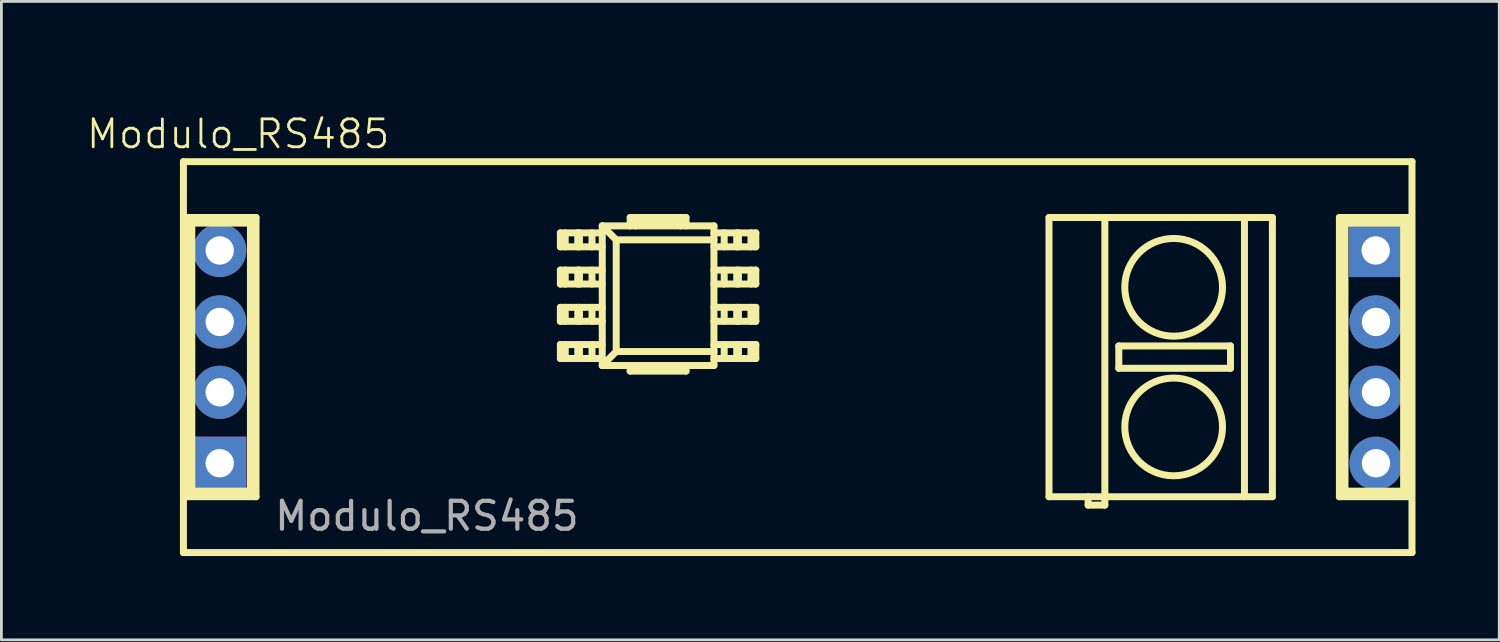
<source format=kicad_pcb>
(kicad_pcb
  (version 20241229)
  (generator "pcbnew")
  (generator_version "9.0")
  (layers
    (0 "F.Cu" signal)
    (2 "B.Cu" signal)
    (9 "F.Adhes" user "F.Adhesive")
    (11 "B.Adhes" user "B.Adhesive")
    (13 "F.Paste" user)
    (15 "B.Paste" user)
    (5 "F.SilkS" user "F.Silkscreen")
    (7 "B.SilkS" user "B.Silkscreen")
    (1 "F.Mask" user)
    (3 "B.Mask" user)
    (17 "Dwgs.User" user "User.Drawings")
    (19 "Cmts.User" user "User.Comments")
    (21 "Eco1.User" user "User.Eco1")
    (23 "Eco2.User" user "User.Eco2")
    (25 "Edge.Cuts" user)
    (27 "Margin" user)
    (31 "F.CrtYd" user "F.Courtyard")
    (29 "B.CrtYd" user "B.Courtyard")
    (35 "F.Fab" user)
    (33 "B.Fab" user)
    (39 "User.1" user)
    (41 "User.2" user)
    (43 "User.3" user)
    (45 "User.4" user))
  (footprint "Modulo_RS485"
    (layer "F.Cu")
    (at 3.509 0.25)
    (property "Reference" "Modulo_RS485" (at 1.97 1.5 0) (unlocked yes) (layer "F.SilkS") (effects (font (size 1 1) (thickness 0.1))))
    (fp_line (start 0.01 2.49) (end 44.01 2.49) (stroke (width 0.25) (type solid)) (layer "F.SilkS"))
    (fp_line (start 0.01 16.49) (end 0.01 2.49) (stroke (width 0.25) (type solid)) (layer "F.SilkS"))
    (fp_line (start 0.11 4.49) (end 2.61 4.49) (stroke (width 0.25) (type solid)) (layer "F.SilkS"))
    (fp_line (start 0.11 14.49) (end 0.11 4.49) (stroke (width 0.25) (type solid)) (layer "F.SilkS"))
    (fp_line (start 0.31 4.69) (end 2.41 4.69) (stroke (width 0.25) (type solid)) (layer "F.SilkS"))
    (fp_line (start 0.31 14.29) (end 0.31 4.69) (stroke (width 0.25) (type solid)) (layer "F.SilkS"))
    (fp_line (start 2.41 4.69) (end 2.41 14.29) (stroke (width 0.25) (type solid)) (layer "F.SilkS"))
    (fp_line (start 2.41 14.29) (end 0.31 14.29) (stroke (width 0.25) (type solid)) (layer "F.SilkS"))
    (fp_line (start 2.61 4.49) (end 2.61 14.49) (stroke (width 0.25) (type solid)) (layer "F.SilkS"))
    (fp_line (start 2.61 14.49) (end 0.11 14.49) (stroke (width 0.25) (type solid)) (layer "F.SilkS"))
    (fp_line (start 13.51 5.04) (end 13.51 5.54) (stroke (width 0.25) (type solid)) (layer "F.SilkS"))
    (fp_line (start 13.51 5.54) (end 15.01 5.54) (stroke (width 0.25) (type solid)) (layer "F.SilkS"))
    (fp_line (start 13.51 6.873) (end 13.51 6.373) (stroke (width 0.25) (type solid)) (layer "F.SilkS"))
    (fp_line (start 13.51 6.873) (end 15.01 6.873) (stroke (width 0.25) (type solid)) (layer "F.SilkS"))
    (fp_line (start 13.51 8.207) (end 13.51 7.707) (stroke (width 0.25) (type solid)) (layer "F.SilkS"))
    (fp_line (start 13.51 8.207) (end 15.01 8.207) (stroke (width 0.25) (type solid)) (layer "F.SilkS"))
    (fp_line (start 13.51 9.54) (end 13.51 9.04) (stroke (width 0.25) (type solid)) (layer "F.SilkS"))
    (fp_line (start 13.51 9.54) (end 15.01 9.54) (stroke (width 0.25) (type solid)) (layer "F.SilkS"))
    (fp_line (start 13.684 5.54) (end 13.684 5.04) (stroke (width 0.25) (type solid)) (layer "F.SilkS"))
    (fp_line (start 13.684 6.873) (end 13.684 6.373) (stroke (width 0.25) (type solid)) (layer "F.SilkS"))
    (fp_line (start 13.684 8.207) (end 13.684 7.707) (stroke (width 0.25) (type solid)) (layer "F.SilkS"))
    (fp_line (start 13.684 9.54) (end 13.684 9.04) (stroke (width 0.25) (type solid)) (layer "F.SilkS"))
    (fp_line (start 14.133 5.04) (end 14.133 5.54) (stroke (width 0.25) (type solid)) (layer "F.SilkS"))
    (fp_line (start 14.133 6.373) (end 14.133 6.873) (stroke (width 0.25) (type solid)) (layer "F.SilkS"))
    (fp_line (start 14.133 7.707) (end 14.133 8.207) (stroke (width 0.25) (type solid)) (layer "F.SilkS"))
    (fp_line (start 14.133 9.04) (end 14.133 9.54) (stroke (width 0.25) (type solid)) (layer "F.SilkS"))
    (fp_line (start 14.194 5.04) (end 14.194 5.54) (stroke (width 0.25) (type solid)) (layer "F.SilkS"))
    (fp_line (start 14.194 6.373) (end 14.194 6.873) (stroke (width 0.25) (type solid)) (layer "F.SilkS"))
    (fp_line (start 14.194 7.707) (end 14.194 8.207) (stroke (width 0.25) (type solid)) (layer "F.SilkS"))
    (fp_line (start 14.194 9.04) (end 14.194 9.54) (stroke (width 0.25) (type solid)) (layer "F.SilkS"))
    (fp_line (start 14.643 5.04) (end 14.643 5.54) (stroke (width 0.25) (type solid)) (layer "F.SilkS"))
    (fp_line (start 14.643 6.373) (end 14.643 6.873) (stroke (width 0.25) (type solid)) (layer "F.SilkS"))
    (fp_line (start 14.643 7.707) (end 14.643 8.207) (stroke (width 0.25) (type solid)) (layer "F.SilkS"))
    (fp_line (start 14.643 9.04) (end 14.643 9.54) (stroke (width 0.25) (type solid)) (layer "F.SilkS"))
    (fp_line (start 15.01 4.79) (end 19.01 4.79) (stroke (width 0.25) (type solid)) (layer "F.SilkS"))
    (fp_line (start 15.01 5.04) (end 13.51 5.04) (stroke (width 0.25) (type solid)) (layer "F.SilkS"))
    (fp_line (start 15.01 6.373) (end 13.51 6.373) (stroke (width 0.25) (type solid)) (layer "F.SilkS"))
    (fp_line (start 15.01 7.707) (end 13.51 7.707) (stroke (width 0.25) (type solid)) (layer "F.SilkS"))
    (fp_line (start 15.01 9.04) (end 13.51 9.04) (stroke (width 0.25) (type solid)) (layer "F.SilkS"))
    (fp_line (start 15.01 9.79) (end 15.01 4.79) (stroke (width 0.25) (type solid)) (layer "F.SilkS"))
    (fp_line (start 15.51 5.29) (end 15.01 4.79) (stroke (width 0.25) (type solid)) (layer "F.SilkS"))
    (fp_line (start 15.51 5.29) (end 19.01 5.29) (stroke (width 0.25) (type solid)) (layer "F.SilkS"))
    (fp_line (start 15.51 9.29) (end 15.01 9.79) (stroke (width 0.25) (type solid)) (layer "F.SilkS"))
    (fp_line (start 15.51 9.29) (end 15.51 5.29) (stroke (width 0.25) (type solid)) (layer "F.SilkS"))
    (fp_line (start 16.01 4.49) (end 18.01 4.49) (stroke (width 0.25) (type solid)) (layer "F.SilkS"))
    (fp_line (start 16.01 4.79) (end 16.01 4.49) (stroke (width 0.25) (type solid)) (layer "F.SilkS"))
    (fp_line (start 16.01 9.99) (end 16.01 9.79) (stroke (width 0.25) (type solid)) (layer "F.SilkS"))
    (fp_line (start 16.21 4.69) (end 17.81 4.69) (stroke (width 0.25) (type solid)) (layer "F.SilkS"))
    (fp_line (start 16.21 4.79) (end 16.21 4.69) (stroke (width 0.25) (type solid)) (layer "F.SilkS"))
    (fp_line (start 17.81 4.69) (end 17.81 4.79) (stroke (width 0.25) (type solid)) (layer "F.SilkS"))
    (fp_line (start 18.01 4.49) (end 18.01 4.79) (stroke (width 0.25) (type solid)) (layer "F.SilkS"))
    (fp_line (start 18.01 9.79) (end 18.01 9.99) (stroke (width 0.25) (type solid)) (layer "F.SilkS"))
    (fp_line (start 18.01 9.99) (end 16.01 9.99) (stroke (width 0.25) (type solid)) (layer "F.SilkS"))
    (fp_line (start 19.01 4.79) (end 19.01 9.79) (stroke (width 0.25) (type solid)) (layer "F.SilkS"))
    (fp_line (start 19.01 5.54) (end 20.51 5.54) (stroke (width 0.25) (type solid)) (layer "F.SilkS"))
    (fp_line (start 19.01 6.873) (end 20.51 6.873) (stroke (width 0.25) (type solid)) (layer "F.SilkS"))
    (fp_line (start 19.01 8.207) (end 20.51 8.207) (stroke (width 0.25) (type solid)) (layer "F.SilkS"))
    (fp_line (start 19.01 9.29) (end 15.51 9.29) (stroke (width 0.25) (type solid)) (layer "F.SilkS"))
    (fp_line (start 19.01 9.54) (end 20.51 9.54) (stroke (width 0.25) (type solid)) (layer "F.SilkS"))
    (fp_line (start 19.01 9.79) (end 15.01 9.79) (stroke (width 0.25) (type solid)) (layer "F.SilkS"))
    (fp_line (start 19.377 5.54) (end 19.377 5.04) (stroke (width 0.25) (type solid)) (layer "F.SilkS"))
    (fp_line (start 19.377 6.873) (end 19.377 6.373) (stroke (width 0.25) (type solid)) (layer "F.SilkS"))
    (fp_line (start 19.377 8.207) (end 19.377 7.707) (stroke (width 0.25) (type solid)) (layer "F.SilkS"))
    (fp_line (start 19.377 9.54) (end 19.377 9.04) (stroke (width 0.25) (type solid)) (layer "F.SilkS"))
    (fp_line (start 19.826 5.54) (end 19.826 5.04) (stroke (width 0.25) (type solid)) (layer "F.SilkS"))
    (fp_line (start 19.826 6.873) (end 19.826 6.373) (stroke (width 0.25) (type solid)) (layer "F.SilkS"))
    (fp_line (start 19.826 8.207) (end 19.826 7.707) (stroke (width 0.25) (type solid)) (layer "F.SilkS"))
    (fp_line (start 19.826 9.54) (end 19.826 9.04) (stroke (width 0.25) (type solid)) (layer "F.SilkS"))
    (fp_line (start 19.887 5.54) (end 19.887 5.04) (stroke (width 0.25) (type solid)) (layer "F.SilkS"))
    (fp_line (start 19.887 6.873) (end 19.887 6.373) (stroke (width 0.25) (type solid)) (layer "F.SilkS"))
    (fp_line (start 19.887 8.207) (end 19.887 7.707) (stroke (width 0.25) (type solid)) (layer "F.SilkS"))
    (fp_line (start 19.887 9.54) (end 19.887 9.04) (stroke (width 0.25) (type solid)) (layer "F.SilkS"))
    (fp_line (start 20.336 5.04) (end 20.336 5.54) (stroke (width 0.25) (type solid)) (layer "F.SilkS"))
    (fp_line (start 20.336 6.373) (end 20.336 6.873) (stroke (width 0.25) (type solid)) (layer "F.SilkS"))
    (fp_line (start 20.336 7.707) (end 20.336 8.207) (stroke (width 0.25) (type solid)) (layer "F.SilkS"))
    (fp_line (start 20.336 9.04) (end 20.336 9.54) (stroke (width 0.25) (type solid)) (layer "F.SilkS"))
    (fp_line (start 20.51 5.04) (end 19.01 5.04) (stroke (width 0.25) (type solid)) (layer "F.SilkS"))
    (fp_line (start 20.51 5.54) (end 20.51 5.04) (stroke (width 0.25) (type solid)) (layer "F.SilkS"))
    (fp_line (start 20.51 6.373) (end 19.01 6.373) (stroke (width 0.25) (type solid)) (layer "F.SilkS"))
    (fp_line (start 20.51 6.873) (end 20.51 6.373) (stroke (width 0.25) (type solid)) (layer "F.SilkS"))
    (fp_line (start 20.51 7.707) (end 19.01 7.707) (stroke (width 0.25) (type solid)) (layer "F.SilkS"))
    (fp_line (start 20.51 8.207) (end 20.51 7.707) (stroke (width 0.25) (type solid)) (layer "F.SilkS"))
    (fp_line (start 20.51 9.04) (end 19.01 9.04) (stroke (width 0.25) (type solid)) (layer "F.SilkS"))
    (fp_line (start 20.51 9.54) (end 20.51 9.04) (stroke (width 0.25) (type solid)) (layer "F.SilkS"))
    (fp_line (start 31.01 4.49) (end 39.01 4.49) (stroke (width 0.25) (type solid)) (layer "F.SilkS"))
    (fp_line (start 31.01 14.49) (end 31.01 4.49) (stroke (width 0.25) (type solid)) (layer "F.SilkS"))
    (fp_line (start 32.41 14.49) (end 32.41 14.79) (stroke (width 0.25) (type solid)) (layer "F.SilkS"))
    (fp_line (start 33.01 4.49) (end 33.01 14.79) (stroke (width 0.25) (type solid)) (layer "F.SilkS"))
    (fp_line (start 33.01 14.79) (end 32.41 14.79) (stroke (width 0.25) (type solid)) (layer "F.SilkS"))
    (fp_line (start 33.51 9.09) (end 37.51 9.09) (stroke (width 0.25) (type solid)) (layer "F.SilkS"))
    (fp_line (start 33.51 9.89) (end 33.51 9.09) (stroke (width 0.25) (type solid)) (layer "F.SilkS"))
    (fp_line (start 37.51 9.09) (end 37.51 9.89) (stroke (width 0.25) (type solid)) (layer "F.SilkS"))
    (fp_line (start 37.51 9.89) (end 33.51 9.89) (stroke (width 0.25) (type solid)) (layer "F.SilkS"))
    (fp_line (start 38.01 14.49) (end 38.01 4.49) (stroke (width 0.25) (type solid)) (layer "F.SilkS"))
    (fp_line (start 39.01 4.49) (end 39.01 14.49) (stroke (width 0.25) (type solid)) (layer "F.SilkS"))
    (fp_line (start 39.01 14.49) (end 31.01 14.49) (stroke (width 0.25) (type solid)) (layer "F.SilkS"))
    (fp_line (start 41.41 4.49) (end 43.91 4.49) (stroke (width 0.25) (type solid)) (layer "F.SilkS"))
    (fp_line (start 41.41 14.49) (end 41.41 4.49) (stroke (width 0.25) (type solid)) (layer "F.SilkS"))
    (fp_line (start 41.61 4.69) (end 43.71 4.69) (stroke (width 0.25) (type solid)) (layer "F.SilkS"))
    (fp_line (start 41.61 14.29) (end 41.61 4.69) (stroke (width 0.25) (type solid)) (layer "F.SilkS"))
    (fp_line (start 43.71 4.69) (end 43.71 14.29) (stroke (width 0.25) (type solid)) (layer "F.SilkS"))
    (fp_line (start 43.71 14.29) (end 41.61 14.29) (stroke (width 0.25) (type solid)) (layer "F.SilkS"))
    (fp_line (start 43.91 4.49) (end 43.91 14.49) (stroke (width 0.25) (type solid)) (layer "F.SilkS"))
    (fp_line (start 43.91 14.49) (end 41.41 14.49) (stroke (width 0.25) (type solid)) (layer "F.SilkS"))
    (fp_line (start 44.01 2.49) (end 44.01 16.49) (stroke (width 0.25) (type solid)) (layer "F.SilkS"))
    (fp_line (start 44.01 16.49) (end 0.01 16.49) (stroke (width 0.25) (type solid)) (layer "F.SilkS"))
    (fp_circle (center 35.474 6.99) (end 33.724 6.99) (stroke (width 0.25) (type solid)) (fill no) (layer "F.SilkS"))
    (fp_circle (center 35.474 11.99) (end 33.724 11.99) (stroke (width 0.25) (type solid)) (fill no) (layer "F.SilkS"))
    (fp_text user "${REFERENCE}" (at 8.73 15.18 0) (unlocked yes) (layer "F.Fab") (effects (font (size 1 1) (thickness 0.15))))
    (pad "1" thru_hole circle (at 1.31 5.67) (size 1.905 1.905) (drill 1.016) (layers "*.Cu" "*.Mask"))
    (pad "2" thru_hole circle (at 1.31 8.23) (size 1.905 1.905) (drill 1.016) (layers "*.Cu" "*.Mask"))
    (pad "3" thru_hole circle (at 1.31 10.75) (size 1.905 1.905) (drill 1.016) (layers "*.Cu" "*.Mask"))
    (pad "4" thru_hole rect (at 1.31 13.29) (size 1.905 1.905) (drill 1.016) (layers "*.Cu" "*.Mask"))
    (pad "5" thru_hole circle (at 42.72 13.29) (size 1.905 1.905) (drill 1.016) (layers "*.Cu" "*.Mask"))
    (pad "6" thru_hole circle (at 42.72 10.75) (size 1.905 1.905) (drill 1.016) (layers "*.Cu" "*.Mask"))
    (pad "7" thru_hole circle (at 42.72 8.23) (size 1.905 1.905) (drill 1.016) (layers "*.Cu" "*.Mask"))
    (pad "8" thru_hole rect (at 42.71 5.67) (size 1.905 1.905) (drill 1.016) (layers "*.Cu" "*.Mask")))
  (gr_rect
    (start -3 -3)
    (end 50.644 19.865)
    (stroke (width 0.1) (type default))
    (fill no)
    (layer "Edge.Cuts")))
</source>
